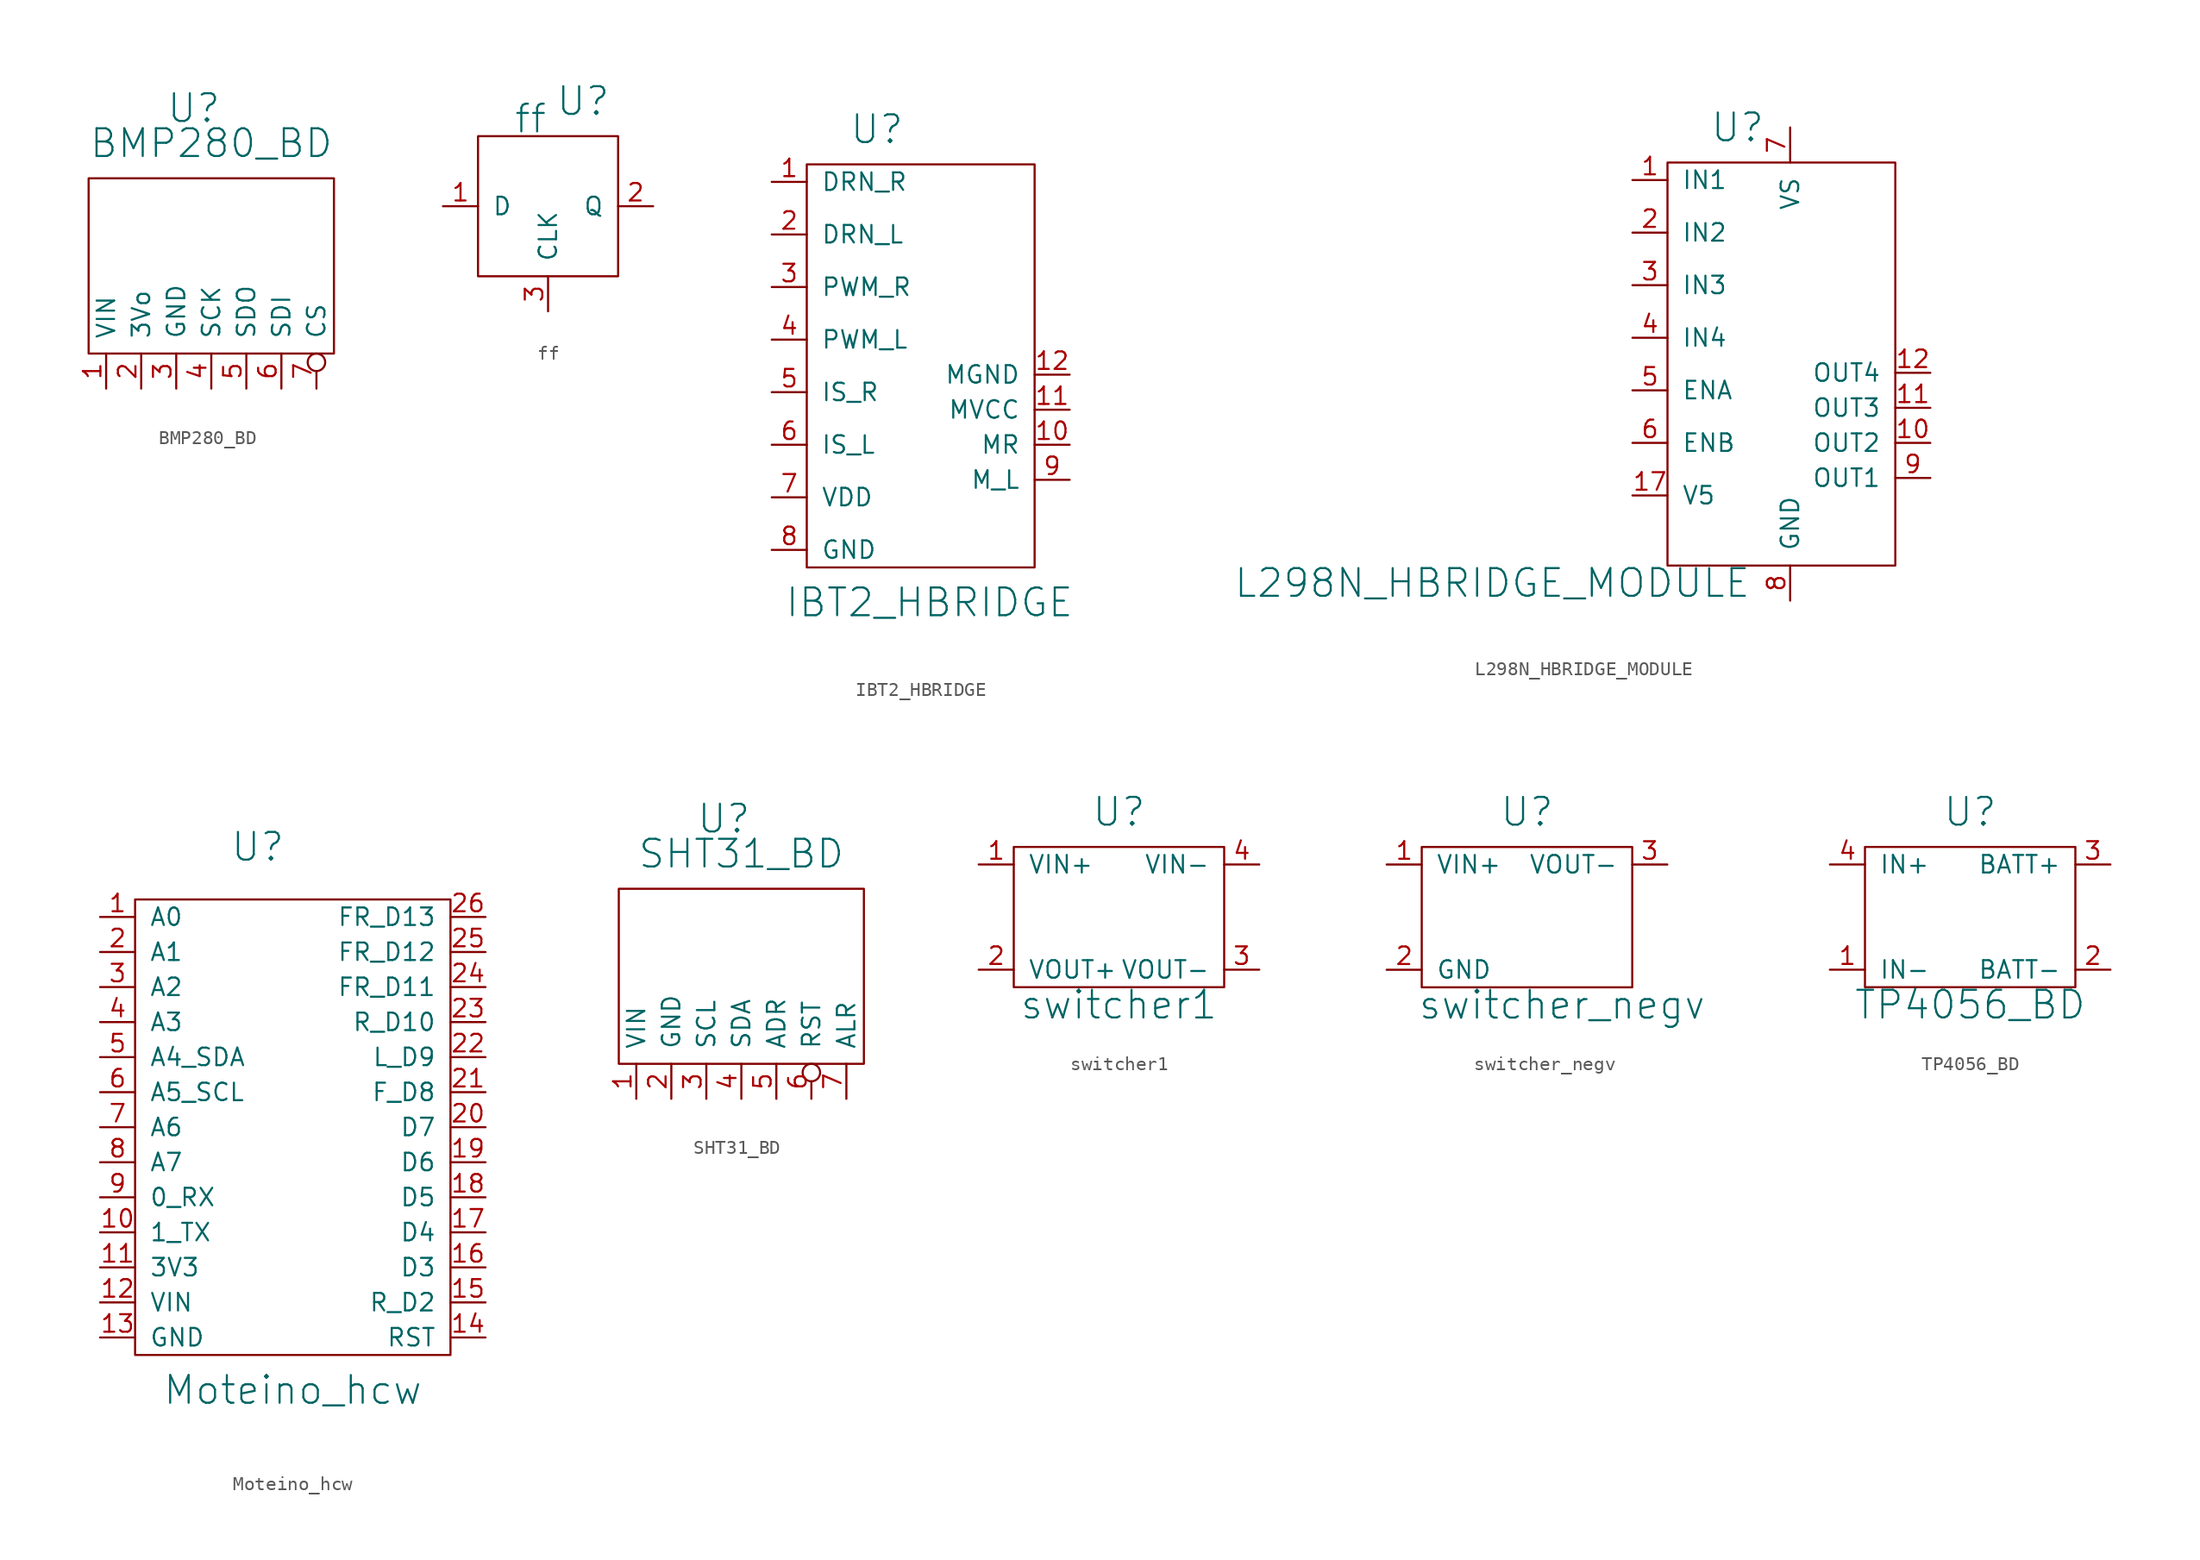
<source format=kicad_sym>
(kicad_symbol_lib
  (version 20220914)
  (generator kicad_symbol_editor)
  (symbol "BMP280_BD"
    (pin_names
      (offset 1.016))
    (property "Reference" "U"
      (at 2.54 12.7 0)
      (effects (font (size 2.007 2.007))))
    (property "Value" "BMP280_BD"
      (at 3.81 10.16 0)
      (effects (font (size 2.007 2.007))))
    (symbol "BMP280_BD_0_1"
      (rectangle (start -5.08 -5.08) (end 12.7 7.62) (stroke (width 0) (type solid)) (fill (type none))))
    (symbol "BMP280_BD_1_1"
      (pin power_in line (at -3.81 -7.62 90) (length 2.54) (name "VIN" (effects (font (size 1.27 1.27)))) (number "1" (effects (font (size 1.27 1.27)))))
      (pin power_out line (at -1.27 -7.62 90) (length 2.54) (name "3Vo" (effects (font (size 1.27 1.27)))) (number "2" (effects (font (size 1.27 1.27)))))
      (pin power_in line (at 1.27 -7.62 90) (length 2.54) (name "GND" (effects (font (size 1.27 1.27)))) (number "3" (effects (font (size 1.27 1.27)))))
      (pin input line (at 3.81 -7.62 90) (length 2.54) (name "SCK" (effects (font (size 1.27 1.27)))) (number "4" (effects (font (size 1.27 1.27)))))
      (pin output line (at 6.35 -7.62 90) (length 2.54) (name "SDO" (effects (font (size 1.27 1.27)))) (number "5" (effects (font (size 1.27 1.27)))))
      (pin bidirectional line (at 8.89 -7.62 90) (length 2.54) (name "SDI" (effects (font (size 1.27 1.27)))) (number "6" (effects (font (size 1.27 1.27)))))
      (pin input inverted (at 11.43 -7.62 90) (length 2.54) (name "CS" (effects (font (size 1.27 1.27)))) (number "7" (effects (font (size 1.27 1.27)))))))
  (symbol "ff"
    (pin_names
      (offset 1.016))
    (property "Reference" "U"
      (at 2.54 7.62 0)
      (effects (font (size 2.007 2.007))))
    (property "Value" "ff"
      (at -1.27 6.35 0)
      (effects (font (size 2.007 2.007))))
    (symbol "ff_0_1"
      (rectangle (start -5.08 5.08) (end 5.08 -5.08) (stroke (width 0) (type solid)) (fill (type none))))
    (symbol "ff_1_1"
      (pin power_in line (at -7.62 0 0) (length 2.54) (name "D" (effects (font (size 1.27 1.27)))) (number "1" (effects (font (size 1.27 1.27)))))
      (pin power_in line (at 7.62 0 180) (length 2.54) (name "Q" (effects (font (size 1.27 1.27)))) (number "2" (effects (font (size 1.27 1.27)))))
      (pin input line (at 0 -7.62 90) (length 2.54) (name "CLK" (effects (font (size 1.27 1.27)))) (number "3" (effects (font (size 1.27 1.27)))))))
  (symbol "IBT2_HBRIDGE"
    (pin_names
      (offset 1.016))
    (property "Reference" "U"
      (at -3.81 16.51 0)
      (effects (font (size 2.007 2.007))))
    (property "Value" "IBT2_HBRIDGE"
      (at 0 -17.78 0)
      (effects (font (size 2.007 2.007))))
    (symbol "IBT2_HBRIDGE_0_1"
      (rectangle (start -8.89 -15.24) (end 7.62 13.97) (stroke (width 0) (type solid)) (fill (type none))))
    (symbol "IBT2_HBRIDGE_1_1"
      (pin input line (at -11.43 12.7 0) (length 2.54) (name "DRN_R" (effects (font (size 1.27 1.27)))) (number "1" (effects (font (size 1.27 1.27)))))
      (pin power_out line (at 10.16 -6.35 180) (length 2.54) (name "MR" (effects (font (size 1.27 1.27)))) (number "10" (effects (font (size 1.27 1.27)))))
      (pin power_in line (at 10.16 -3.81 180) (length 2.54) (name "MVCC" (effects (font (size 1.27 1.27)))) (number "11" (effects (font (size 1.27 1.27)))))
      (pin power_in line (at 10.16 -1.27 180) (length 2.54) (name "MGND" (effects (font (size 1.27 1.27)))) (number "12" (effects (font (size 1.27 1.27)))))
      (pin no_connect non_logic (at 10.16 12.7 180) (length 2.54) hide (name "MT1" (effects (font (size 1.27 1.27)))) (number "13" (effects (font (size 1.27 1.27)))))
      (pin no_connect non_logic (at 10.16 10.16 180) (length 2.54) hide (name "MT2" (effects (font (size 1.27 1.27)))) (number "14" (effects (font (size 1.27 1.27)))))
      (pin no_connect non_logic (at 10.16 7.62 180) (length 2.54) hide (name "MT3" (effects (font (size 1.27 1.27)))) (number "15" (effects (font (size 1.27 1.27)))))
      (pin no_connect non_logic (at 10.16 5.08 180) (length 2.54) hide (name "MT4" (effects (font (size 1.27 1.27)))) (number "16" (effects (font (size 1.27 1.27)))))
      (pin input line (at -11.43 8.89 0) (length 2.54) (name "DRN_L" (effects (font (size 1.27 1.27)))) (number "2" (effects (font (size 1.27 1.27)))))
      (pin input line (at -11.43 5.08 0) (length 2.54) (name "PWM_R" (effects (font (size 1.27 1.27)))) (number "3" (effects (font (size 1.27 1.27)))))
      (pin input line (at -11.43 1.27 0) (length 2.54) (name "PWM_L" (effects (font (size 1.27 1.27)))) (number "4" (effects (font (size 1.27 1.27)))))
      (pin output line (at -11.43 -2.54 0) (length 2.54) (name "IS_R" (effects (font (size 1.27 1.27)))) (number "5" (effects (font (size 1.27 1.27)))))
      (pin output line (at -11.43 -6.35 0) (length 2.54) (name "IS_L" (effects (font (size 1.27 1.27)))) (number "6" (effects (font (size 1.27 1.27)))))
      (pin power_in line (at -11.43 -10.16 0) (length 2.54) (name "VDD" (effects (font (size 1.27 1.27)))) (number "7" (effects (font (size 1.27 1.27)))))
      (pin power_in line (at -11.43 -13.97 0) (length 2.54) (name "GND" (effects (font (size 1.27 1.27)))) (number "8" (effects (font (size 1.27 1.27)))))
      (pin power_out line (at 10.16 -8.89 180) (length 2.54) (name "M_L" (effects (font (size 1.27 1.27)))) (number "9" (effects (font (size 1.27 1.27)))))))
  (symbol "L298N_HBRIDGE_MODULE"
    (pin_names
      (offset 1.016))
    (property "Reference" "U"
      (at -3.81 16.51 0)
      (effects (font (size 2.007 2.007))))
    (property "Value" "L298N_HBRIDGE_MODULE"
      (at -21.59 -16.51 0)
      (effects (font (size 2.007 2.007))))
    (symbol "L298N_HBRIDGE_MODULE_0_1"
      (rectangle (start -8.89 -15.24) (end 7.62 13.97) (stroke (width 0) (type solid)) (fill (type none))))
    (symbol "L298N_HBRIDGE_MODULE_1_0"
      (pin input line (at -11.43 8.89 0) (length 2.54) (name "IN2" (effects (font (size 1.27 1.27)))) (number "2" (effects (font (size 1.27 1.27))))))
    (symbol "L298N_HBRIDGE_MODULE_1_1"
      (pin input line (at -11.43 12.7 0) (length 2.54) (name "IN1" (effects (font (size 1.27 1.27)))) (number "1" (effects (font (size 1.27 1.27)))))
      (pin output line (at 10.16 -6.35 180) (length 2.54) (name "OUT2" (effects (font (size 1.27 1.27)))) (number "10" (effects (font (size 1.27 1.27)))))
      (pin output line (at 10.16 -3.81 180) (length 2.54) (name "OUT3" (effects (font (size 1.27 1.27)))) (number "11" (effects (font (size 1.27 1.27)))))
      (pin output line (at 10.16 -1.27 180) (length 2.54) (name "OUT4" (effects (font (size 1.27 1.27)))) (number "12" (effects (font (size 1.27 1.27)))))
      (pin no_connect non_logic (at 10.16 12.7 180) (length 2.54) hide (name "MT1" (effects (font (size 1.27 1.27)))) (number "13" (effects (font (size 1.27 1.27)))))
      (pin no_connect non_logic (at 10.16 10.16 180) (length 2.54) hide (name "MT2" (effects (font (size 1.27 1.27)))) (number "14" (effects (font (size 1.27 1.27)))))
      (pin no_connect non_logic (at 10.16 7.62 180) (length 2.54) hide (name "MT3" (effects (font (size 1.27 1.27)))) (number "15" (effects (font (size 1.27 1.27)))))
      (pin no_connect non_logic (at -11.43 -11.43 0) (length 2.54) hide (name "MT4" (effects (font (size 1.27 1.27)))) (number "16" (effects (font (size 1.27 1.27)))))
      (pin output line (at -11.43 -10.16 0) (length 2.54) (name "V5" (effects (font (size 1.27 1.27)))) (number "17" (effects (font (size 1.27 1.27)))))
      (pin input line (at -11.43 5.08 0) (length 2.54) (name "IN3" (effects (font (size 1.27 1.27)))) (number "3" (effects (font (size 1.27 1.27)))))
      (pin input line (at -11.43 1.27 0) (length 2.54) (name "IN4" (effects (font (size 1.27 1.27)))) (number "4" (effects (font (size 1.27 1.27)))))
      (pin input line (at -11.43 -2.54 0) (length 2.54) (name "ENA" (effects (font (size 1.27 1.27)))) (number "5" (effects (font (size 1.27 1.27)))))
      (pin input line (at -11.43 -6.35 0) (length 2.54) (name "ENB" (effects (font (size 1.27 1.27)))) (number "6" (effects (font (size 1.27 1.27)))))
      (pin power_in line (at 0 16.51 270) (length 2.54) (name "VS" (effects (font (size 1.27 1.27)))) (number "7" (effects (font (size 1.27 1.27)))))
      (pin power_in line (at 0 -17.78 90) (length 2.54) (name "GND" (effects (font (size 1.27 1.27)))) (number "8" (effects (font (size 1.27 1.27)))))
      (pin output line (at 10.16 -8.89 180) (length 2.54) (name "OUT1" (effects (font (size 1.27 1.27)))) (number "9" (effects (font (size 1.27 1.27)))))))
  (symbol "Moteino_hcw"
    (pin_names
      (offset 1.016))
    (property "Reference" "U"
      (at -2.54 20.32 0)
      (effects (font (size 2.007 2.007))))
    (property "Value" "Moteino_hcw"
      (at 0 -19.05 0)
      (effects (font (size 2.007 2.007))))
    (symbol "Moteino_hcw_0_1"
      (rectangle (start 11.43 -16.51) (end -11.43 16.51) (stroke (width 0) (type solid)) (fill (type none))))
    (symbol "Moteino_hcw_1_1"
      (pin bidirectional line (at -13.97 15.24 0) (length 2.54) (name "A0" (effects (font (size 1.27 1.27)))) (number "1" (effects (font (size 1.27 1.27)))))
      (pin bidirectional line (at -13.97 -7.62 0) (length 2.54) (name "1_TX" (effects (font (size 1.27 1.27)))) (number "10" (effects (font (size 1.27 1.27)))))
      (pin power_in line (at -13.97 -10.16 0) (length 2.54) (name "3V3" (effects (font (size 1.27 1.27)))) (number "11" (effects (font (size 1.27 1.27)))))
      (pin power_in line (at -13.97 -12.7 0) (length 2.54) (name "VIN" (effects (font (size 1.27 1.27)))) (number "12" (effects (font (size 1.27 1.27)))))
      (pin power_in line (at -13.97 -15.24 0) (length 2.54) (name "GND" (effects (font (size 1.27 1.27)))) (number "13" (effects (font (size 1.27 1.27)))))
      (pin input line (at 13.97 -15.24 180) (length 2.54) (name "RST" (effects (font (size 1.27 1.27)))) (number "14" (effects (font (size 1.27 1.27)))))
      (pin bidirectional line (at 13.97 -12.7 180) (length 2.54) (name "R_D2" (effects (font (size 1.27 1.27)))) (number "15" (effects (font (size 1.27 1.27)))))
      (pin bidirectional line (at 13.97 -10.16 180) (length 2.54) (name "D3" (effects (font (size 1.27 1.27)))) (number "16" (effects (font (size 1.27 1.27)))))
      (pin bidirectional line (at 13.97 -7.62 180) (length 2.54) (name "D4" (effects (font (size 1.27 1.27)))) (number "17" (effects (font (size 1.27 1.27)))))
      (pin bidirectional line (at 13.97 -5.08 180) (length 2.54) (name "D5" (effects (font (size 1.27 1.27)))) (number "18" (effects (font (size 1.27 1.27)))))
      (pin bidirectional line (at 13.97 -2.54 180) (length 2.54) (name "D6" (effects (font (size 1.27 1.27)))) (number "19" (effects (font (size 1.27 1.27)))))
      (pin bidirectional line (at -13.97 12.7 0) (length 2.54) (name "A1" (effects (font (size 1.27 1.27)))) (number "2" (effects (font (size 1.27 1.27)))))
      (pin bidirectional line (at 13.97 0 180) (length 2.54) (name "D7" (effects (font (size 1.27 1.27)))) (number "20" (effects (font (size 1.27 1.27)))))
      (pin bidirectional line (at 13.97 2.54 180) (length 2.54) (name "F_D8" (effects (font (size 1.27 1.27)))) (number "21" (effects (font (size 1.27 1.27)))))
      (pin output line (at 13.97 5.08 180) (length 2.54) (name "L_D9" (effects (font (size 1.27 1.27)))) (number "22" (effects (font (size 1.27 1.27)))))
      (pin bidirectional line (at 13.97 7.62 180) (length 2.54) (name "R_D10" (effects (font (size 1.27 1.27)))) (number "23" (effects (font (size 1.27 1.27)))))
      (pin bidirectional line (at 13.97 10.16 180) (length 2.54) (name "FR_D11" (effects (font (size 1.27 1.27)))) (number "24" (effects (font (size 1.27 1.27)))))
      (pin bidirectional line (at 13.97 12.7 180) (length 2.54) (name "FR_D12" (effects (font (size 1.27 1.27)))) (number "25" (effects (font (size 1.27 1.27)))))
      (pin bidirectional line (at 13.97 15.24 180) (length 2.54) (name "FR_D13" (effects (font (size 1.27 1.27)))) (number "26" (effects (font (size 1.27 1.27)))))
      (pin bidirectional line (at -13.97 10.16 0) (length 2.54) (name "A2" (effects (font (size 1.27 1.27)))) (number "3" (effects (font (size 1.27 1.27)))))
      (pin bidirectional line (at -13.97 7.62 0) (length 2.54) (name "A3" (effects (font (size 1.27 1.27)))) (number "4" (effects (font (size 1.27 1.27)))))
      (pin bidirectional line (at -13.97 5.08 0) (length 2.54) (name "A4_SDA" (effects (font (size 1.27 1.27)))) (number "5" (effects (font (size 1.27 1.27)))))
      (pin bidirectional line (at -13.97 2.54 0) (length 2.54) (name "A5_SCL" (effects (font (size 1.27 1.27)))) (number "6" (effects (font (size 1.27 1.27)))))
      (pin input line (at -13.97 0 0) (length 2.54) (name "A6" (effects (font (size 1.27 1.27)))) (number "7" (effects (font (size 1.27 1.27)))))
      (pin input line (at -13.97 -2.54 0) (length 2.54) (name "A7" (effects (font (size 1.27 1.27)))) (number "8" (effects (font (size 1.27 1.27)))))
      (pin bidirectional line (at -13.97 -5.08 0) (length 2.54) (name "0_RX" (effects (font (size 1.27 1.27)))) (number "9" (effects (font (size 1.27 1.27)))))))
  (symbol "SHT31_BD"
    (pin_names
      (offset 1.016))
    (property "Reference" "U"
      (at 2.54 12.7 0)
      (effects (font (size 2.007 2.007))))
    (property "Value" "SHT31_BD"
      (at 3.81 10.16 0)
      (effects (font (size 2.007 2.007))))
    (symbol "SHT31_BD_0_1"
      (rectangle (start -5.08 -5.08) (end 12.7 7.62) (stroke (width 0) (type solid)) (fill (type none))))
    (symbol "SHT31_BD_1_1"
      (pin power_in line (at -3.81 -7.62 90) (length 2.54) (name "VIN" (effects (font (size 1.27 1.27)))) (number "1" (effects (font (size 1.27 1.27)))))
      (pin power_in line (at -1.27 -7.62 90) (length 2.54) (name "GND" (effects (font (size 1.27 1.27)))) (number "2" (effects (font (size 1.27 1.27)))))
      (pin input line (at 1.27 -7.62 90) (length 2.54) (name "SCL" (effects (font (size 1.27 1.27)))) (number "3" (effects (font (size 1.27 1.27)))))
      (pin bidirectional line (at 3.81 -7.62 90) (length 2.54) (name "SDA" (effects (font (size 1.27 1.27)))) (number "4" (effects (font (size 1.27 1.27)))))
      (pin input line (at 6.35 -7.62 90) (length 2.54) (name "ADR" (effects (font (size 1.27 1.27)))) (number "5" (effects (font (size 1.27 1.27)))))
      (pin input inverted (at 8.89 -7.62 90) (length 2.54) (name "RST" (effects (font (size 1.27 1.27)))) (number "6" (effects (font (size 1.27 1.27)))))
      (pin output line (at 11.43 -7.62 90) (length 2.54) (name "ALR" (effects (font (size 1.27 1.27)))) (number "7" (effects (font (size 1.27 1.27)))))))
  (symbol "switcher1"
    (pin_names
      (offset 1.016))
    (property "Reference" "U"
      (at 2.54 7.62 0)
      (effects (font (size 2.007 2.007))))
    (property "Value" "switcher1"
      (at 2.54 -6.35 0)
      (effects (font (size 2.007 2.007))))
    (symbol "switcher1_0_1"
      (rectangle (start -5.08 5.08) (end 10.16 -5.08) (stroke (width 0) (type solid)) (fill (type none))))
    (symbol "switcher1_1_1"
      (pin power_in line (at -7.62 3.81 0) (length 2.54) (name "VIN+" (effects (font (size 1.27 1.27)))) (number "1" (effects (font (size 1.27 1.27)))))
      (pin power_in line (at -7.62 -3.81 0) (length 2.54) (name "VOUT+" (effects (font (size 1.27 1.27)))) (number "2" (effects (font (size 1.27 1.27)))))
      (pin power_in line (at 12.7 -3.81 180) (length 2.54) (name "VOUT-" (effects (font (size 1.27 1.27)))) (number "3" (effects (font (size 1.27 1.27)))))
      (pin power_in line (at 12.7 3.81 180) (length 2.54) (name "VIN-" (effects (font (size 1.27 1.27)))) (number "4" (effects (font (size 1.27 1.27)))))))
  (symbol "switcher_negv"
    (pin_names
      (offset 1.016))
    (property "Reference" "U"
      (at 2.54 7.62 0)
      (effects (font (size 2.007 2.007))))
    (property "Value" "switcher_negv"
      (at 5.08 -6.35 0)
      (effects (font (size 2.007 2.007))))
    (symbol "switcher_negv_0_1"
      (rectangle (start -5.08 5.08) (end 10.16 -5.08) (stroke (width 0) (type solid)) (fill (type none))))
    (symbol "switcher_negv_1_1"
      (pin power_in line (at -7.62 3.81 0) (length 2.54) (name "VIN+" (effects (font (size 1.27 1.27)))) (number "1" (effects (font (size 1.27 1.27)))))
      (pin power_in line (at -7.62 -3.81 0) (length 2.54) (name "GND" (effects (font (size 1.27 1.27)))) (number "2" (effects (font (size 1.27 1.27)))))
      (pin power_out line (at 12.7 3.81 180) (length 2.54) (name "VOUT-" (effects (font (size 1.27 1.27)))) (number "3" (effects (font (size 1.27 1.27)))))
      (pin no_connect line (at 12.7 0 180) (length 2.54) hide (name "mtg0" (effects (font (size 1.27 1.27)))) (number "4" (effects (font (size 1.27 1.27)))))
      (pin no_connect line (at 12.7 -2.54 180) (length 2.54) hide (name "mtg1" (effects (font (size 1.27 1.27)))) (number "5" (effects (font (size 1.27 1.27)))))))
  (symbol "TP4056_BD"
    (pin_names
      (offset 1.016))
    (property "Reference" "U"
      (at 2.54 7.62 0)
      (effects (font (size 2.007 2.007))))
    (property "Value" "TP4056_BD"
      (at 2.54 -6.35 0)
      (effects (font (size 2.007 2.007))))
    (symbol "TP4056_BD_0_1"
      (rectangle (start -5.08 5.08) (end 10.16 -5.08) (stroke (width 0) (type solid)) (fill (type none))))
    (symbol "TP4056_BD_1_1"
      (pin power_in line (at -7.62 -3.81 0) (length 2.54) (name "IN-" (effects (font (size 1.27 1.27)))) (number "1" (effects (font (size 1.27 1.27)))))
      (pin power_in line (at 12.7 -3.81 180) (length 2.54) (name "BATT-" (effects (font (size 1.27 1.27)))) (number "2" (effects (font (size 1.27 1.27)))))
      (pin power_in line (at 12.7 3.81 180) (length 2.54) (name "BATT+" (effects (font (size 1.27 1.27)))) (number "3" (effects (font (size 1.27 1.27)))))
      (pin power_in line (at -7.62 3.81 0) (length 2.54) (name "IN+" (effects (font (size 1.27 1.27)))) (number "4" (effects (font (size 1.27 1.27))))))))
</source>
